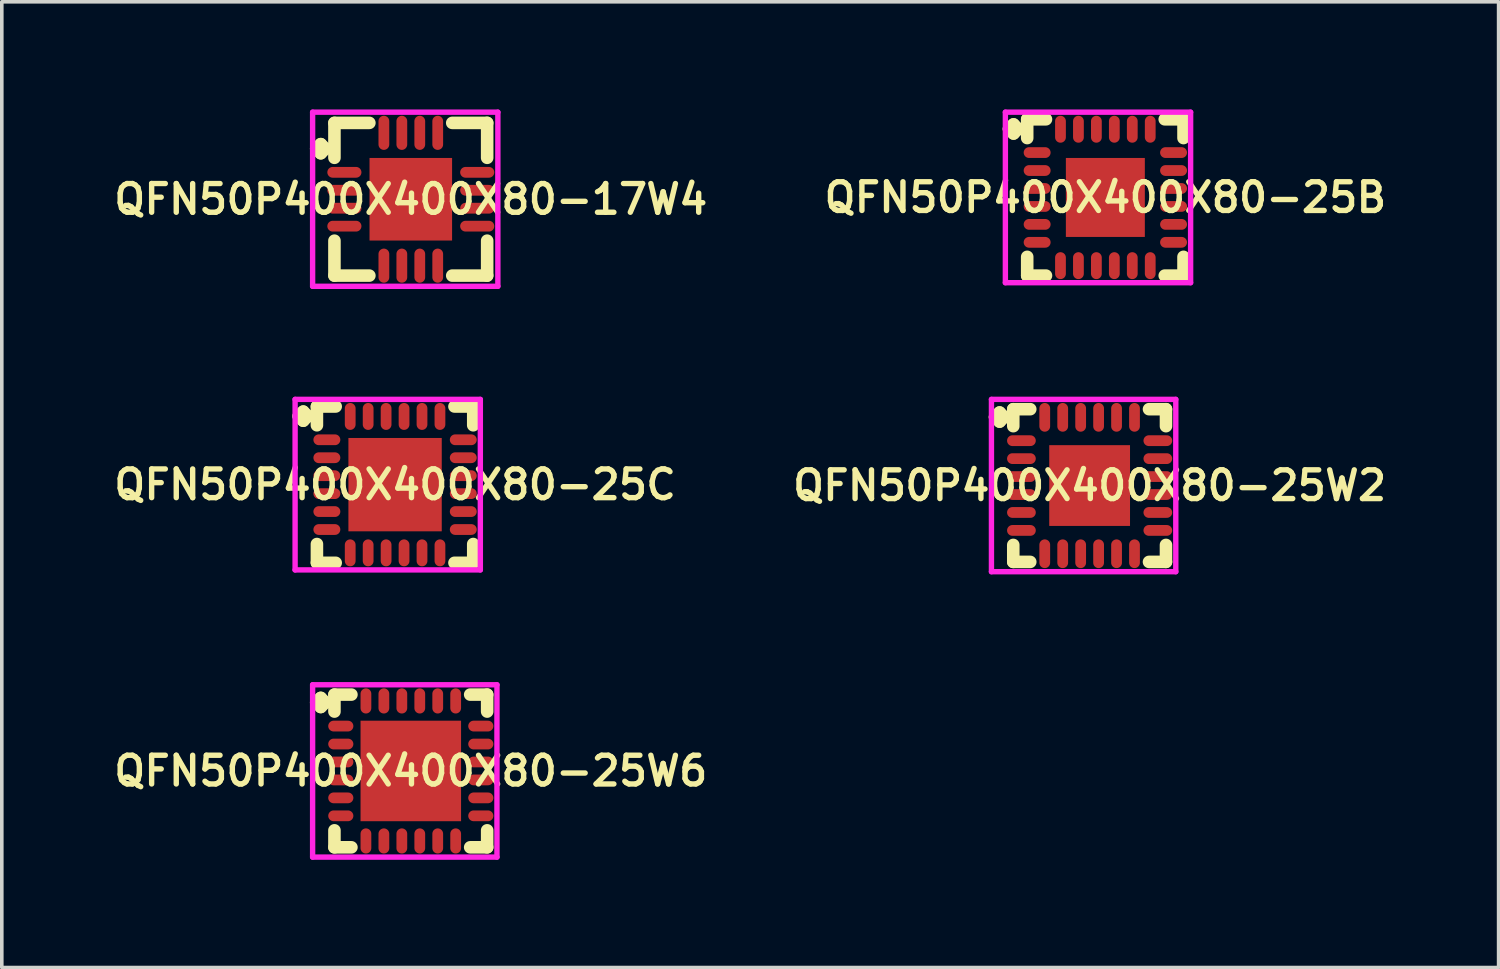
<source format=kicad_pcb>
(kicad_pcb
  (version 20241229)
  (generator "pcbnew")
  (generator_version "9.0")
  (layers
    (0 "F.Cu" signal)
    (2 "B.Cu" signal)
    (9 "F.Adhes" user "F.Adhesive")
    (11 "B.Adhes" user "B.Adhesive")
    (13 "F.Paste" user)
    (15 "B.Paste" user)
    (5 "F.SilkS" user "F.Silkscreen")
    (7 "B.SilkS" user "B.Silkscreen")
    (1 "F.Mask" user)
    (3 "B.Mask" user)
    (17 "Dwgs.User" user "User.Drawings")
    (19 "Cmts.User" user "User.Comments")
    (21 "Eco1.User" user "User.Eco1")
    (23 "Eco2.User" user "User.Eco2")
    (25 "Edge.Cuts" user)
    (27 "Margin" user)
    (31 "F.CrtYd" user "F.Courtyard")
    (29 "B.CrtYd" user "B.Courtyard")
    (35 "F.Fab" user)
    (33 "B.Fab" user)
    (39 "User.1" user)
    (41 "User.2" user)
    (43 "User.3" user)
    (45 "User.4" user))
  (footprint "QFN50P400X400X80-17W4"
    (layer "F.Cu")
    (at 8.393 2.5)
    (property "Reference" "QFN50P400X400X80-17W4" (at 0 0 0) (layer "F.SilkS") (effects (font (size 0.8 0.8) (thickness 0.15))))
    (attr smd)
    (fp_line (start -2.635 -1.408) (end -2.508 -1.535) (stroke (width 0.35) (type solid)) (layer "F.SilkS"))
    (fp_line (start -2.508 -1.535) (end -2.381 -1.408) (stroke (width 0.35) (type solid)) (layer "F.SilkS"))
    (fp_line (start -2.508 -1.281) (end -2.635 -1.408) (stroke (width 0.35) (type solid)) (layer "F.SilkS"))
    (fp_line (start -2.381 -1.408) (end -2.508 -1.281) (stroke (width 0.35) (type solid)) (layer "F.SilkS"))
    (fp_line (start -2.127 -2.127) (end -1.154 -2.127) (stroke (width 0.35) (type solid)) (layer "F.SilkS"))
    (fp_line (start -2.127 -1.154) (end -2.127 -2.127) (stroke (width 0.35) (type solid)) (layer "F.SilkS"))
    (fp_line (start -2.127 1.154) (end -2.127 2.127) (stroke (width 0.35) (type solid)) (layer "F.SilkS"))
    (fp_line (start -2.127 2.127) (end -1.154 2.127) (stroke (width 0.35) (type solid)) (layer "F.SilkS"))
    (fp_line (start 1.154 -2.127) (end 2.127 -2.127) (stroke (width 0.35) (type solid)) (layer "F.SilkS"))
    (fp_line (start 1.154 2.127) (end 2.127 2.127) (stroke (width 0.35) (type solid)) (layer "F.SilkS"))
    (fp_line (start 2.127 -2.127) (end 2.127 -1.154) (stroke (width 0.35) (type solid)) (layer "F.SilkS"))
    (fp_line (start 2.127 2.127) (end 2.127 1.154) (stroke (width 0.35) (type solid)) (layer "F.SilkS"))
    (fp_line (start -2.735 -2.425) (end 2.425 -2.425) (stroke (width 0.15) (type solid)) (layer "F.CrtYd"))
    (fp_line (start -2.735 2.425) (end -2.735 -2.425) (stroke (width 0.15) (type solid)) (layer "F.CrtYd"))
    (fp_line (start 2.425 -2.425) (end 2.425 2.425) (stroke (width 0.15) (type solid)) (layer "F.CrtYd"))
    (fp_line (start 2.425 2.425) (end -2.735 2.425) (stroke (width 0.15) (type solid)) (layer "F.CrtYd"))
    (pad "1" smd oval (at -1.85 -0.75) (size 0.95 0.3) (layers "F.Cu" "F.Mask" "F.Paste"))
    (pad "2" smd oval (at -1.85 -0.25) (size 0.95 0.3) (layers "F.Cu" "F.Mask" "F.Paste"))
    (pad "3" smd oval (at -1.85 0.25) (size 0.95 0.3) (layers "F.Cu" "F.Mask" "F.Paste"))
    (pad "4" smd oval (at -1.85 0.75) (size 0.95 0.3) (layers "F.Cu" "F.Mask" "F.Paste"))
    (pad "5" smd oval (at -0.75 1.85) (size 0.3 0.95) (layers "F.Cu" "F.Mask" "F.Paste"))
    (pad "6" smd oval (at -0.25 1.85) (size 0.3 0.95) (layers "F.Cu" "F.Mask" "F.Paste"))
    (pad "7" smd oval (at 0.25 1.85) (size 0.3 0.95) (layers "F.Cu" "F.Mask" "F.Paste"))
    (pad "8" smd oval (at 0.75 1.85) (size 0.3 0.95) (layers "F.Cu" "F.Mask" "F.Paste"))
    (pad "9" smd oval (at 1.85 0.75) (size 0.95 0.3) (layers "F.Cu" "F.Mask" "F.Paste"))
    (pad "10" smd oval (at 1.85 0.25) (size 0.95 0.3) (layers "F.Cu" "F.Mask" "F.Paste"))
    (pad "11" smd oval (at 1.85 -0.25) (size 0.95 0.3) (layers "F.Cu" "F.Mask" "F.Paste"))
    (pad "12" smd oval (at 1.85 -0.75) (size 0.95 0.3) (layers "F.Cu" "F.Mask" "F.Paste"))
    (pad "13" smd oval (at 0.75 -1.85) (size 0.3 0.95) (layers "F.Cu" "F.Mask" "F.Paste"))
    (pad "14" smd oval (at 0.25 -1.85) (size 0.3 0.95) (layers "F.Cu" "F.Mask" "F.Paste"))
    (pad "15" smd oval (at -0.25 -1.85) (size 0.3 0.95) (layers "F.Cu" "F.Mask" "F.Paste"))
    (pad "16" smd oval (at -0.75 -1.85) (size 0.3 0.95) (layers "F.Cu" "F.Mask" "F.Paste"))
    (pad "17" smd rect (at 0 0) (size 2.3 2.3) (layers "F.Cu" "F.Mask" "F.Paste")))
  (footprint "QFN50P400X400X80-25C"
    (layer "F.Cu")
    (at 7.955 10.45)
    (property "Reference" "QFN50P400X400X80-25C" (at 0 0 0) (layer "F.SilkS") (effects (font (size 0.8 0.8) (thickness 0.15))))
    (attr smd)
    (fp_line (start -2.685 -1.908) (end -2.558 -2.035) (stroke (width 0.35) (type solid)) (layer "F.SilkS"))
    (fp_line (start -2.558 -2.035) (end -2.431 -1.908) (stroke (width 0.35) (type solid)) (layer "F.SilkS"))
    (fp_line (start -2.558 -1.781) (end -2.685 -1.908) (stroke (width 0.35) (type solid)) (layer "F.SilkS"))
    (fp_line (start -2.431 -1.908) (end -2.558 -1.781) (stroke (width 0.35) (type solid)) (layer "F.SilkS"))
    (fp_line (start -2.177 -2.177) (end -1.654 -2.177) (stroke (width 0.35) (type solid)) (layer "F.SilkS"))
    (fp_line (start -2.177 -1.654) (end -2.177 -2.177) (stroke (width 0.35) (type solid)) (layer "F.SilkS"))
    (fp_line (start -2.177 1.654) (end -2.177 2.177) (stroke (width 0.35) (type solid)) (layer "F.SilkS"))
    (fp_line (start -2.177 2.177) (end -1.654 2.177) (stroke (width 0.35) (type solid)) (layer "F.SilkS"))
    (fp_line (start 1.654 -2.177) (end 2.177 -2.177) (stroke (width 0.35) (type solid)) (layer "F.SilkS"))
    (fp_line (start 1.654 2.177) (end 2.177 2.177) (stroke (width 0.35) (type solid)) (layer "F.SilkS"))
    (fp_line (start 2.177 -2.177) (end 2.177 -1.654) (stroke (width 0.35) (type solid)) (layer "F.SilkS"))
    (fp_line (start 2.177 2.177) (end 2.177 1.654) (stroke (width 0.35) (type solid)) (layer "F.SilkS"))
    (fp_line (start -2.785 -2.375) (end 2.375 -2.375) (stroke (width 0.15) (type solid)) (layer "F.CrtYd"))
    (fp_line (start -2.785 2.375) (end -2.785 -2.375) (stroke (width 0.15) (type solid)) (layer "F.CrtYd"))
    (fp_line (start 2.375 -2.375) (end 2.375 2.375) (stroke (width 0.15) (type solid)) (layer "F.CrtYd"))
    (fp_line (start 2.375 2.375) (end -2.785 2.375) (stroke (width 0.15) (type solid)) (layer "F.CrtYd"))
    (pad "1" smd oval (at -1.9 -1.25) (size 0.75 0.3) (layers "F.Cu" "F.Mask" "F.Paste"))
    (pad "2" smd oval (at -1.9 -0.75) (size 0.75 0.3) (layers "F.Cu" "F.Mask" "F.Paste"))
    (pad "3" smd oval (at -1.9 -0.25) (size 0.75 0.3) (layers "F.Cu" "F.Mask" "F.Paste"))
    (pad "4" smd oval (at -1.9 0.25) (size 0.75 0.3) (layers "F.Cu" "F.Mask" "F.Paste"))
    (pad "5" smd oval (at -1.9 0.75) (size 0.75 0.3) (layers "F.Cu" "F.Mask" "F.Paste"))
    (pad "6" smd oval (at -1.9 1.25) (size 0.75 0.3) (layers "F.Cu" "F.Mask" "F.Paste"))
    (pad "7" smd oval (at -1.25 1.9) (size 0.3 0.75) (layers "F.Cu" "F.Mask" "F.Paste"))
    (pad "8" smd oval (at -0.75 1.9) (size 0.3 0.75) (layers "F.Cu" "F.Mask" "F.Paste"))
    (pad "9" smd oval (at -0.25 1.9) (size 0.3 0.75) (layers "F.Cu" "F.Mask" "F.Paste"))
    (pad "10" smd oval (at 0.25 1.9) (size 0.3 0.75) (layers "F.Cu" "F.Mask" "F.Paste"))
    (pad "11" smd oval (at 0.75 1.9) (size 0.3 0.75) (layers "F.Cu" "F.Mask" "F.Paste"))
    (pad "12" smd oval (at 1.25 1.9) (size 0.3 0.75) (layers "F.Cu" "F.Mask" "F.Paste"))
    (pad "13" smd oval (at 1.9 1.25) (size 0.75 0.3) (layers "F.Cu" "F.Mask" "F.Paste"))
    (pad "14" smd oval (at 1.9 0.75) (size 0.75 0.3) (layers "F.Cu" "F.Mask" "F.Paste"))
    (pad "15" smd oval (at 1.9 0.25) (size 0.75 0.3) (layers "F.Cu" "F.Mask" "F.Paste"))
    (pad "16" smd oval (at 1.9 -0.25) (size 0.75 0.3) (layers "F.Cu" "F.Mask" "F.Paste"))
    (pad "17" smd oval (at 1.9 -0.75) (size 0.75 0.3) (layers "F.Cu" "F.Mask" "F.Paste"))
    (pad "18" smd oval (at 1.9 -1.25) (size 0.75 0.3) (layers "F.Cu" "F.Mask" "F.Paste"))
    (pad "19" smd oval (at 1.25 -1.9) (size 0.3 0.75) (layers "F.Cu" "F.Mask" "F.Paste"))
    (pad "20" smd oval (at 0.75 -1.9) (size 0.3 0.75) (layers "F.Cu" "F.Mask" "F.Paste"))
    (pad "21" smd oval (at 0.25 -1.9) (size 0.3 0.75) (layers "F.Cu" "F.Mask" "F.Paste"))
    (pad "22" smd oval (at -0.25 -1.9) (size 0.3 0.75) (layers "F.Cu" "F.Mask" "F.Paste"))
    (pad "23" smd oval (at -0.75 -1.9) (size 0.3 0.75) (layers "F.Cu" "F.Mask" "F.Paste"))
    (pad "24" smd oval (at -1.25 -1.9) (size 0.3 0.75) (layers "F.Cu" "F.Mask" "F.Paste"))
    (pad "25" smd rect (at 0 0) (size 2.6 2.6) (layers "F.Cu" "F.Mask" "F.Paste")))
  (footprint "QFN50P400X400X80-25W2"
    (layer "F.Cu")
    (at 27.302 10.475)
    (property "Reference" "QFN50P400X400X80-25W2" (at 0 0 0) (layer "F.SilkS") (effects (font (size 0.8 0.8) (thickness 0.15))))
    (attr smd)
    (fp_line (start -2.635 -1.908) (end -2.508 -2.035) (stroke (width 0.35) (type solid)) (layer "F.SilkS"))
    (fp_line (start -2.508 -2.035) (end -2.381 -1.908) (stroke (width 0.35) (type solid)) (layer "F.SilkS"))
    (fp_line (start -2.508 -1.781) (end -2.635 -1.908) (stroke (width 0.35) (type solid)) (layer "F.SilkS"))
    (fp_line (start -2.381 -1.908) (end -2.508 -1.781) (stroke (width 0.35) (type solid)) (layer "F.SilkS"))
    (fp_line (start -2.127 -2.127) (end -1.654 -2.127) (stroke (width 0.35) (type solid)) (layer "F.SilkS"))
    (fp_line (start -2.127 -1.654) (end -2.127 -2.127) (stroke (width 0.35) (type solid)) (layer "F.SilkS"))
    (fp_line (start -2.127 1.654) (end -2.127 2.127) (stroke (width 0.35) (type solid)) (layer "F.SilkS"))
    (fp_line (start -2.127 2.127) (end -1.654 2.127) (stroke (width 0.35) (type solid)) (layer "F.SilkS"))
    (fp_line (start 1.654 -2.127) (end 2.127 -2.127) (stroke (width 0.35) (type solid)) (layer "F.SilkS"))
    (fp_line (start 1.654 2.127) (end 2.127 2.127) (stroke (width 0.35) (type solid)) (layer "F.SilkS"))
    (fp_line (start 2.127 -2.127) (end 2.127 -1.654) (stroke (width 0.35) (type solid)) (layer "F.SilkS"))
    (fp_line (start 2.127 2.127) (end 2.127 1.654) (stroke (width 0.35) (type solid)) (layer "F.SilkS"))
    (fp_line (start -2.735 -2.4) (end 2.4 -2.4) (stroke (width 0.15) (type solid)) (layer "F.CrtYd"))
    (fp_line (start -2.735 2.4) (end -2.735 -2.4) (stroke (width 0.15) (type solid)) (layer "F.CrtYd"))
    (fp_line (start 2.4 -2.4) (end 2.4 2.4) (stroke (width 0.15) (type solid)) (layer "F.CrtYd"))
    (fp_line (start 2.4 2.4) (end -2.735 2.4) (stroke (width 0.15) (type solid)) (layer "F.CrtYd"))
    (pad "1" smd oval (at -1.9 -1.25) (size 0.8 0.3) (layers "F.Cu" "F.Mask" "F.Paste"))
    (pad "2" smd oval (at -1.9 -0.75) (size 0.8 0.3) (layers "F.Cu" "F.Mask" "F.Paste"))
    (pad "3" smd oval (at -1.9 -0.25) (size 0.8 0.3) (layers "F.Cu" "F.Mask" "F.Paste"))
    (pad "4" smd oval (at -1.9 0.25) (size 0.8 0.3) (layers "F.Cu" "F.Mask" "F.Paste"))
    (pad "5" smd oval (at -1.9 0.75) (size 0.8 0.3) (layers "F.Cu" "F.Mask" "F.Paste"))
    (pad "6" smd oval (at -1.9 1.25) (size 0.8 0.3) (layers "F.Cu" "F.Mask" "F.Paste"))
    (pad "7" smd oval (at -1.25 1.9) (size 0.3 0.8) (layers "F.Cu" "F.Mask" "F.Paste"))
    (pad "8" smd oval (at -0.75 1.9) (size 0.3 0.8) (layers "F.Cu" "F.Mask" "F.Paste"))
    (pad "9" smd oval (at -0.25 1.9) (size 0.3 0.8) (layers "F.Cu" "F.Mask" "F.Paste"))
    (pad "10" smd oval (at 0.25 1.9) (size 0.3 0.8) (layers "F.Cu" "F.Mask" "F.Paste"))
    (pad "11" smd oval (at 0.75 1.9) (size 0.3 0.8) (layers "F.Cu" "F.Mask" "F.Paste"))
    (pad "12" smd oval (at 1.25 1.9) (size 0.3 0.8) (layers "F.Cu" "F.Mask" "F.Paste"))
    (pad "13" smd oval (at 1.9 1.25) (size 0.8 0.3) (layers "F.Cu" "F.Mask" "F.Paste"))
    (pad "14" smd oval (at 1.9 0.75) (size 0.8 0.3) (layers "F.Cu" "F.Mask" "F.Paste"))
    (pad "15" smd oval (at 1.9 0.25) (size 0.8 0.3) (layers "F.Cu" "F.Mask" "F.Paste"))
    (pad "16" smd oval (at 1.9 -0.25) (size 0.8 0.3) (layers "F.Cu" "F.Mask" "F.Paste"))
    (pad "17" smd oval (at 1.9 -0.75) (size 0.8 0.3) (layers "F.Cu" "F.Mask" "F.Paste"))
    (pad "18" smd oval (at 1.9 -1.25) (size 0.8 0.3) (layers "F.Cu" "F.Mask" "F.Paste"))
    (pad "19" smd oval (at 1.25 -1.9) (size 0.3 0.8) (layers "F.Cu" "F.Mask" "F.Paste"))
    (pad "20" smd oval (at 0.75 -1.9) (size 0.3 0.8) (layers "F.Cu" "F.Mask" "F.Paste"))
    (pad "21" smd oval (at 0.25 -1.9) (size 0.3 0.8) (layers "F.Cu" "F.Mask" "F.Paste"))
    (pad "22" smd oval (at -0.25 -1.9) (size 0.3 0.8) (layers "F.Cu" "F.Mask" "F.Paste"))
    (pad "23" smd oval (at -0.75 -1.9) (size 0.3 0.8) (layers "F.Cu" "F.Mask" "F.Paste"))
    (pad "24" smd oval (at -1.25 -1.9) (size 0.3 0.8) (layers "F.Cu" "F.Mask" "F.Paste"))
    (pad "25" smd rect (at 0 0) (size 2.25 2.25) (layers "F.Cu" "F.Mask" "F.Paste")))
  (footprint "QFN50P400X400X80-25B"
    (layer "F.Cu")
    (at 27.74 2.45)
    (property "Reference" "QFN50P400X400X80-25B" (at 0 0 0) (layer "F.SilkS") (effects (font (size 0.8 0.8) (thickness 0.15))))
    (attr through_hole)
    (fp_line (start -2.685 -1.908) (end -2.558 -2.035) (stroke (width 0.35) (type solid)) (layer "F.SilkS"))
    (fp_line (start -2.558 -2.035) (end -2.431 -1.908) (stroke (width 0.35) (type solid)) (layer "F.SilkS"))
    (fp_line (start -2.558 -1.781) (end -2.685 -1.908) (stroke (width 0.35) (type solid)) (layer "F.SilkS"))
    (fp_line (start -2.431 -1.908) (end -2.558 -1.781) (stroke (width 0.35) (type solid)) (layer "F.SilkS"))
    (fp_line (start -2.177 -2.177) (end -1.654 -2.177) (stroke (width 0.35) (type solid)) (layer "F.SilkS"))
    (fp_line (start -2.177 -1.654) (end -2.177 -2.177) (stroke (width 0.35) (type solid)) (layer "F.SilkS"))
    (fp_line (start -2.177 1.654) (end -2.177 2.177) (stroke (width 0.35) (type solid)) (layer "F.SilkS"))
    (fp_line (start -2.177 2.177) (end -1.654 2.177) (stroke (width 0.35) (type solid)) (layer "F.SilkS"))
    (fp_line (start 1.654 -2.177) (end 2.177 -2.177) (stroke (width 0.35) (type solid)) (layer "F.SilkS"))
    (fp_line (start 1.654 2.177) (end 2.177 2.177) (stroke (width 0.35) (type solid)) (layer "F.SilkS"))
    (fp_line (start 2.177 -2.177) (end 2.177 -1.654) (stroke (width 0.35) (type solid)) (layer "F.SilkS"))
    (fp_line (start 2.177 2.177) (end 2.177 1.654) (stroke (width 0.35) (type solid)) (layer "F.SilkS"))
    (fp_line (start -2.785 -2.375) (end 2.375 -2.375) (stroke (width 0.15) (type solid)) (layer "F.CrtYd"))
    (fp_line (start -2.785 2.375) (end -2.785 -2.375) (stroke (width 0.15) (type solid)) (layer "F.CrtYd"))
    (fp_line (start 2.375 -2.375) (end 2.375 2.375) (stroke (width 0.15) (type solid)) (layer "F.CrtYd"))
    (fp_line (start 2.375 2.375) (end -2.785 2.375) (stroke (width 0.15) (type solid)) (layer "F.CrtYd"))
    (pad "1" smd oval (at -1.9 -1.25) (size 0.75 0.3) (layers "F.Cu" "F.Mask" "F.Paste"))
    (pad "2" smd oval (at -1.9 -0.75) (size 0.75 0.3) (layers "F.Cu" "F.Mask" "F.Paste"))
    (pad "3" smd oval (at -1.9 -0.25) (size 0.75 0.3) (layers "F.Cu" "F.Mask" "F.Paste"))
    (pad "4" smd oval (at -1.9 0.25) (size 0.75 0.3) (layers "F.Cu" "F.Mask" "F.Paste"))
    (pad "5" smd oval (at -1.9 0.75) (size 0.75 0.3) (layers "F.Cu" "F.Mask" "F.Paste"))
    (pad "6" smd oval (at -1.9 1.25) (size 0.75 0.3) (layers "F.Cu" "F.Mask" "F.Paste"))
    (pad "7" smd oval (at -1.25 1.9) (size 0.3 0.75) (layers "F.Cu" "F.Mask" "F.Paste"))
    (pad "8" smd oval (at -0.75 1.9) (size 0.3 0.75) (layers "F.Cu" "F.Mask" "F.Paste"))
    (pad "9" smd oval (at -0.25 1.9) (size 0.3 0.75) (layers "F.Cu" "F.Mask" "F.Paste"))
    (pad "10" smd oval (at 0.25 1.9) (size 0.3 0.75) (layers "F.Cu" "F.Mask" "F.Paste"))
    (pad "11" smd oval (at 0.75 1.9) (size 0.3 0.75) (layers "F.Cu" "F.Mask" "F.Paste"))
    (pad "12" smd oval (at 1.25 1.9) (size 0.3 0.75) (layers "F.Cu" "F.Mask" "F.Paste"))
    (pad "13" smd oval (at 1.9 1.25) (size 0.75 0.3) (layers "F.Cu" "F.Mask" "F.Paste"))
    (pad "14" smd oval (at 1.9 0.75) (size 0.75 0.3) (layers "F.Cu" "F.Mask" "F.Paste"))
    (pad "15" smd oval (at 1.9 0.25) (size 0.75 0.3) (layers "F.Cu" "F.Mask" "F.Paste"))
    (pad "16" smd oval (at 1.9 -0.25) (size 0.75 0.3) (layers "F.Cu" "F.Mask" "F.Paste"))
    (pad "17" smd oval (at 1.9 -0.75) (size 0.75 0.3) (layers "F.Cu" "F.Mask" "F.Paste"))
    (pad "18" smd oval (at 1.9 -1.25) (size 0.75 0.3) (layers "F.Cu" "F.Mask" "F.Paste"))
    (pad "19" smd oval (at 1.25 -1.9) (size 0.3 0.75) (layers "F.Cu" "F.Mask" "F.Paste"))
    (pad "20" smd oval (at 0.75 -1.9) (size 0.3 0.75) (layers "F.Cu" "F.Mask" "F.Paste"))
    (pad "21" smd oval (at 0.25 -1.9) (size 0.3 0.75) (layers "F.Cu" "F.Mask" "F.Paste"))
    (pad "22" smd oval (at -0.25 -1.9) (size 0.3 0.75) (layers "F.Cu" "F.Mask" "F.Paste"))
    (pad "23" smd oval (at -0.75 -1.9) (size 0.3 0.75) (layers "F.Cu" "F.Mask" "F.Paste"))
    (pad "24" smd oval (at -1.25 -1.9) (size 0.3 0.75) (layers "F.Cu" "F.Mask" "F.Paste"))
    (pad "25" smd rect (at 0 0) (size 2.2 2.2) (layers "F.Cu" "F.Mask" "F.Paste")))
  (footprint "QFN50P400X400X80-25W6"
    (layer "F.Cu")
    (at 8.393 18.425)
    (property "Reference" "QFN50P400X400X80-25W6" (at 0 0 0) (layer "F.SilkS") (effects (font (size 0.8 0.8) (thickness 0.15))))
    (attr smd)
    (fp_line (start -2.635 -1.908) (end -2.508 -2.035) (stroke (width 0.35) (type solid)) (layer "F.SilkS"))
    (fp_line (start -2.508 -2.035) (end -2.381 -1.908) (stroke (width 0.35) (type solid)) (layer "F.SilkS"))
    (fp_line (start -2.508 -1.781) (end -2.635 -1.908) (stroke (width 0.35) (type solid)) (layer "F.SilkS"))
    (fp_line (start -2.381 -1.908) (end -2.508 -1.781) (stroke (width 0.35) (type solid)) (layer "F.SilkS"))
    (fp_line (start -2.127 -2.127) (end -1.654 -2.127) (stroke (width 0.35) (type solid)) (layer "F.SilkS"))
    (fp_line (start -2.127 -1.654) (end -2.127 -2.127) (stroke (width 0.35) (type solid)) (layer "F.SilkS"))
    (fp_line (start -2.127 1.654) (end -2.127 2.127) (stroke (width 0.35) (type solid)) (layer "F.SilkS"))
    (fp_line (start -2.127 2.127) (end -1.654 2.127) (stroke (width 0.35) (type solid)) (layer "F.SilkS"))
    (fp_line (start 1.654 -2.127) (end 2.127 -2.127) (stroke (width 0.35) (type solid)) (layer "F.SilkS"))
    (fp_line (start 1.654 2.127) (end 2.127 2.127) (stroke (width 0.35) (type solid)) (layer "F.SilkS"))
    (fp_line (start 2.127 -2.127) (end 2.127 -1.654) (stroke (width 0.35) (type solid)) (layer "F.SilkS"))
    (fp_line (start 2.127 2.127) (end 2.127 1.654) (stroke (width 0.35) (type solid)) (layer "F.SilkS"))
    (fp_line (start -2.735 -2.4) (end 2.4 -2.4) (stroke (width 0.15) (type solid)) (layer "F.CrtYd"))
    (fp_line (start -2.735 2.4) (end -2.735 -2.4) (stroke (width 0.15) (type solid)) (layer "F.CrtYd"))
    (fp_line (start 2.4 -2.4) (end 2.4 2.4) (stroke (width 0.15) (type solid)) (layer "F.CrtYd"))
    (fp_line (start 2.4 2.4) (end -2.735 2.4) (stroke (width 0.15) (type solid)) (layer "F.CrtYd"))
    (pad "1" smd oval (at -1.95 -1.25) (size 0.7 0.3) (layers "F.Cu" "F.Mask" "F.Paste"))
    (pad "2" smd oval (at -1.95 -0.75) (size 0.7 0.3) (layers "F.Cu" "F.Mask" "F.Paste"))
    (pad "3" smd oval (at -1.95 -0.25) (size 0.7 0.3) (layers "F.Cu" "F.Mask" "F.Paste"))
    (pad "4" smd oval (at -1.95 0.25) (size 0.7 0.3) (layers "F.Cu" "F.Mask" "F.Paste"))
    (pad "5" smd oval (at -1.95 0.75) (size 0.7 0.3) (layers "F.Cu" "F.Mask" "F.Paste"))
    (pad "6" smd oval (at -1.95 1.25) (size 0.7 0.3) (layers "F.Cu" "F.Mask" "F.Paste"))
    (pad "7" smd oval (at -1.25 1.95) (size 0.3 0.7) (layers "F.Cu" "F.Mask" "F.Paste"))
    (pad "8" smd oval (at -0.75 1.95) (size 0.3 0.7) (layers "F.Cu" "F.Mask" "F.Paste"))
    (pad "9" smd oval (at -0.25 1.95) (size 0.3 0.7) (layers "F.Cu" "F.Mask" "F.Paste"))
    (pad "10" smd oval (at 0.25 1.95) (size 0.3 0.7) (layers "F.Cu" "F.Mask" "F.Paste"))
    (pad "11" smd oval (at 0.75 1.95) (size 0.3 0.7) (layers "F.Cu" "F.Mask" "F.Paste"))
    (pad "12" smd oval (at 1.25 1.95) (size 0.3 0.7) (layers "F.Cu" "F.Mask" "F.Paste"))
    (pad "13" smd oval (at 1.95 1.25) (size 0.7 0.3) (layers "F.Cu" "F.Mask" "F.Paste"))
    (pad "14" smd oval (at 1.95 0.75) (size 0.7 0.3) (layers "F.Cu" "F.Mask" "F.Paste"))
    (pad "15" smd oval (at 1.95 0.25) (size 0.7 0.3) (layers "F.Cu" "F.Mask" "F.Paste"))
    (pad "16" smd oval (at 1.95 -0.25) (size 0.7 0.3) (layers "F.Cu" "F.Mask" "F.Paste"))
    (pad "17" smd oval (at 1.95 -0.75) (size 0.7 0.3) (layers "F.Cu" "F.Mask" "F.Paste"))
    (pad "18" smd oval (at 1.95 -1.25) (size 0.7 0.3) (layers "F.Cu" "F.Mask" "F.Paste"))
    (pad "19" smd oval (at 1.25 -1.95) (size 0.3 0.7) (layers "F.Cu" "F.Mask" "F.Paste"))
    (pad "20" smd oval (at 0.75 -1.95) (size 0.3 0.7) (layers "F.Cu" "F.Mask" "F.Paste"))
    (pad "21" smd oval (at 0.25 -1.95) (size 0.3 0.7) (layers "F.Cu" "F.Mask" "F.Paste"))
    (pad "22" smd oval (at -0.25 -1.95) (size 0.3 0.7) (layers "F.Cu" "F.Mask" "F.Paste"))
    (pad "23" smd oval (at -0.75 -1.95) (size 0.3 0.7) (layers "F.Cu" "F.Mask" "F.Paste"))
    (pad "24" smd oval (at -1.25 -1.95) (size 0.3 0.7) (layers "F.Cu" "F.Mask" "F.Paste"))
    (pad "25" smd rect (at 0 0) (size 2.8 2.8) (layers "F.Cu" "F.Mask" "F.Paste")))
  (gr_rect
    (start -3 -3)
    (end 38.694 23.9)
    (stroke (width 0.1) (type default))
    (fill no)
    (layer "Edge.Cuts")))
</source>
